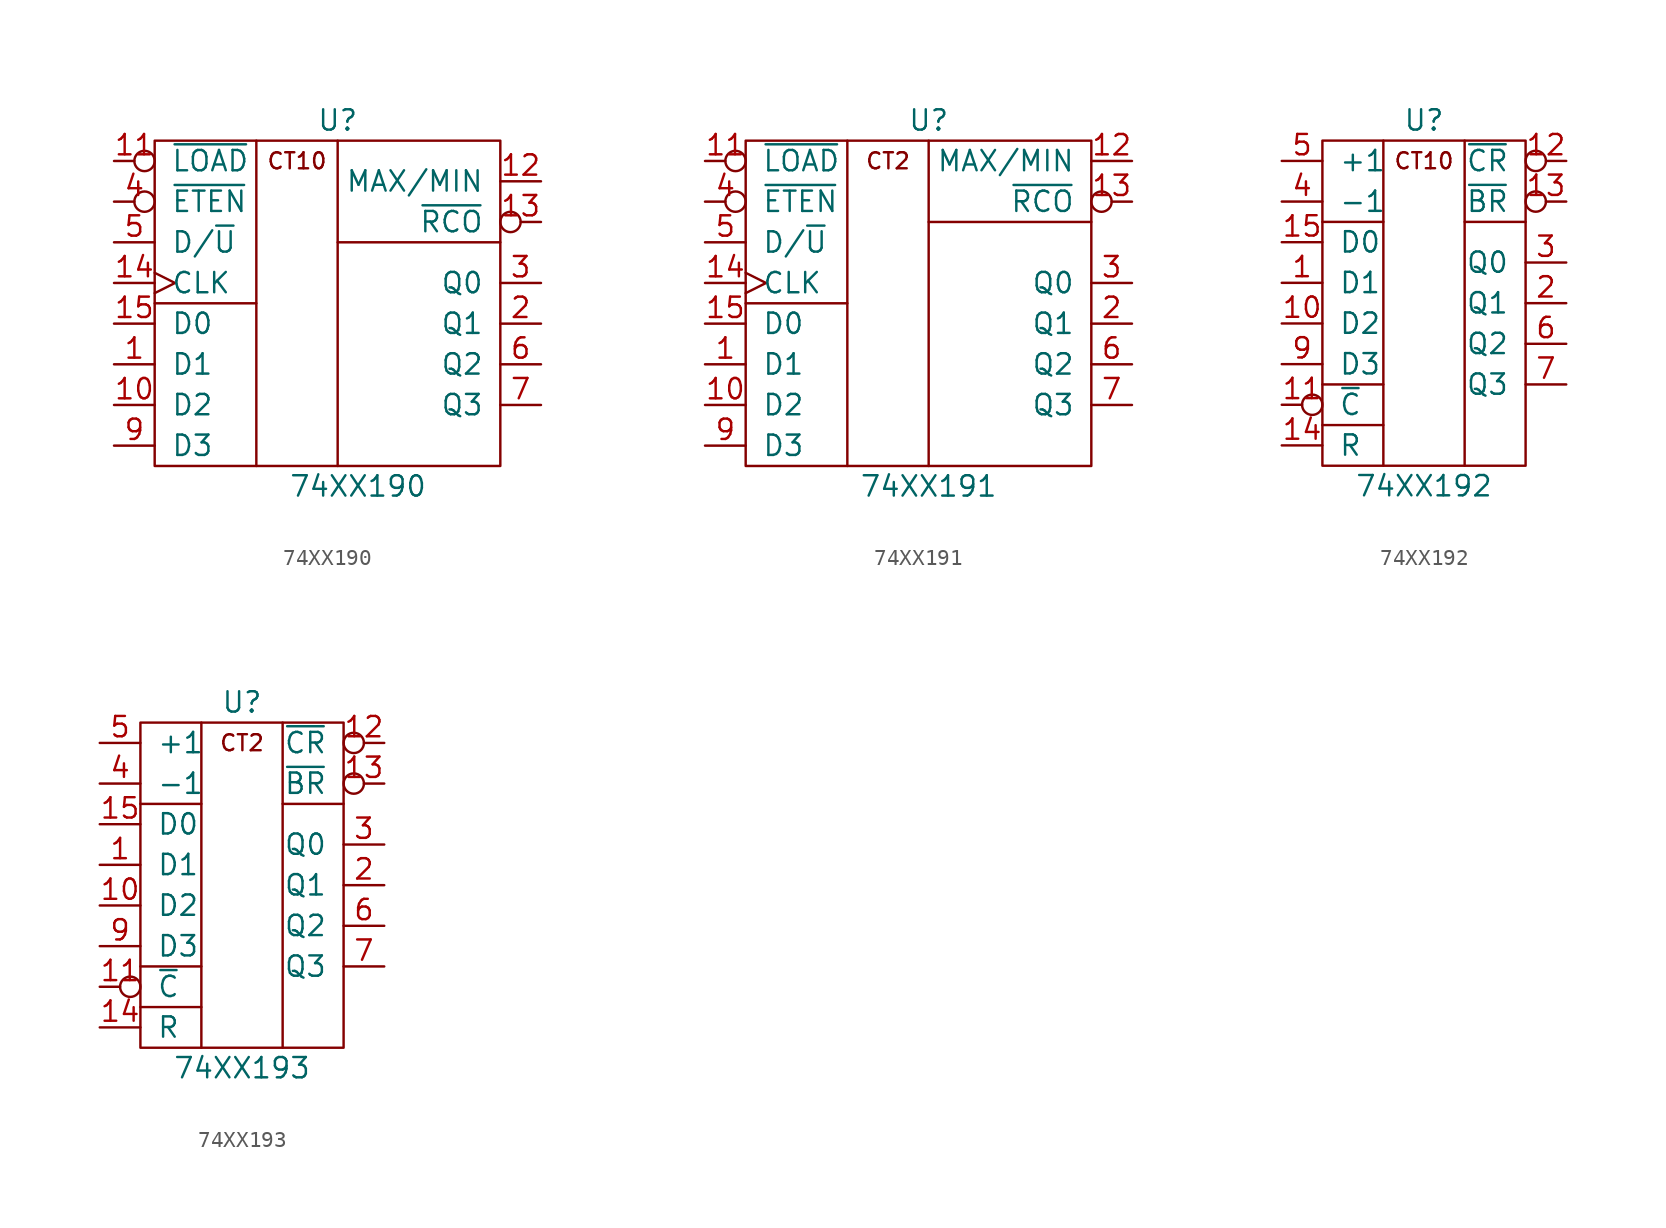
<source format=kicad_sym>
(kicad_symbol_lib
  (version 20211014)
  (generator kicad_symbol_editor)
  (symbol "74XX190"
    (pin_names
      (offset 1.016))
    (property "Reference" "U"
      (at 0 11.43 0)
      (effects (font (size 1.27 1.27))))
    (property "Value" "74XX190"
      (at 1.27 -11.43 0)
      (effects (font (size 1.27 1.27))))
    (symbol "74XX190_0_0"
      (polyline (pts (xy -11.43 0) (xy -5.08 0)) (stroke (width 0) (type default) (color 0 0 0 0)) (fill (type none)))
      (polyline (pts (xy 10.16 3.81) (xy 0 3.81)) (stroke (width 0) (type default) (color 0 0 0 0)) (fill (type none)))
      (text "CT10" (at -2.54 8.89 0) (effects (font (size 1 1)))))
    (symbol "74XX190_0_1"
      (rectangle (start -11.43 -10.16) (end 10.16 10.16) (stroke (width 0) (type default) (color 0 0 0 0)) (fill (type none)))
      (polyline (pts (xy -5.08 10.16) (xy -5.08 -10.16)) (stroke (width 0) (type default) (color 0 0 0 0)) (fill (type none)))
      (polyline (pts (xy 0 10.16) (xy 0 -10.16)) (stroke (width 0) (type default) (color 0 0 0 0)) (fill (type none)))
      (pin power_in line (at 10.16 10.16 180) (length 0) hide (name "VCC" (effects (font (size 1.27 1.27)))) (number "16" (effects (font (size 1.27 1.27)))))
      (pin power_in line (at 10.16 -10.16 180) (length 0) hide (name "GND" (effects (font (size 1.27 1.27)))) (number "8" (effects (font (size 1.27 1.27))))))
    (symbol "74XX190_1_1"
      (pin input line (at -13.97 -3.81 0) (length 2.54) (name "D1" (effects (font (size 1.27 1.27)))) (number "1" (effects (font (size 1.27 1.27)))))
      (pin input line (at -13.97 -6.35 0) (length 2.54) (name "D2" (effects (font (size 1.27 1.27)))) (number "10" (effects (font (size 1.27 1.27)))))
      (pin input inverted (at -13.97 8.89 0) (length 2.54) (name "~{LOAD}" (effects (font (size 1.27 1.27)))) (number "11" (effects (font (size 1.27 1.27)))))
      (pin output line (at 12.7 7.62 180) (length 2.54) (name "MAX/MIN" (effects (font (size 1.27 1.27)))) (number "12" (effects (font (size 1.27 1.27)))))
      (pin output inverted (at 12.7 5.08 180) (length 2.54) (name "~{RCO}" (effects (font (size 1.27 1.27)))) (number "13" (effects (font (size 1.27 1.27)))))
      (pin input clock (at -13.97 1.27 0) (length 2.54) (name "CLK" (effects (font (size 1.27 1.27)))) (number "14" (effects (font (size 1.27 1.27)))))
      (pin input line (at -13.97 -1.27 0) (length 2.54) (name "D0" (effects (font (size 1.27 1.27)))) (number "15" (effects (font (size 1.27 1.27)))))
      (pin output line (at 12.7 -1.27 180) (length 2.54) (name "Q1" (effects (font (size 1.27 1.27)))) (number "2" (effects (font (size 1.27 1.27)))))
      (pin output line (at 12.7 1.27 180) (length 2.54) (name "Q0" (effects (font (size 1.27 1.27)))) (number "3" (effects (font (size 1.27 1.27)))))
      (pin input inverted (at -13.97 6.35 0) (length 2.54) (name "~{ETEN}" (effects (font (size 1.27 1.27)))) (number "4" (effects (font (size 1.27 1.27)))))
      (pin input line (at -13.97 3.81 0) (length 2.54) (name "D/~{U}" (effects (font (size 1.27 1.27)))) (number "5" (effects (font (size 1.27 1.27)))))
      (pin output line (at 12.7 -3.81 180) (length 2.54) (name "Q2" (effects (font (size 1.27 1.27)))) (number "6" (effects (font (size 1.27 1.27)))))
      (pin output line (at 12.7 -6.35 180) (length 2.54) (name "Q3" (effects (font (size 1.27 1.27)))) (number "7" (effects (font (size 1.27 1.27)))))
      (pin input line (at -13.97 -8.89 0) (length 2.54) (name "D3" (effects (font (size 1.27 1.27)))) (number "9" (effects (font (size 1.27 1.27)))))))
  (symbol "74XX191"
    (pin_names
      (offset 1.016))
    (property "Reference" "U"
      (at 0 11.43 0)
      (effects (font (size 1.27 1.27))))
    (property "Value" "74XX191"
      (at 0 -11.43 0)
      (effects (font (size 1.27 1.27))))
    (symbol "74XX191_1_1"
      (rectangle (start -11.43 -10.16) (end 10.16 10.16) (stroke (width 0) (type default) (color 0 0 0 0)) (fill (type none)))
      (polyline (pts (xy -11.43 0) (xy -5.08 0)) (stroke (width 0) (type default) (color 0 0 0 0)) (fill (type none)))
      (polyline (pts (xy -5.08 10.16) (xy -5.08 -10.16)) (stroke (width 0) (type default) (color 0 0 0 0)) (fill (type none)))
      (polyline (pts (xy 0 10.16) (xy 0 -10.16)) (stroke (width 0) (type default) (color 0 0 0 0)) (fill (type none)))
      (polyline (pts (xy 10.16 5.08) (xy 0 5.08)) (stroke (width 0) (type default) (color 0 0 0 0)) (fill (type none)))
      (text "CT2" (at -2.54 8.89 0) (effects (font (size 1 1))))
      (pin input line (at -13.97 -3.81 0) (length 2.54) (name "D1" (effects (font (size 1.27 1.27)))) (number "1" (effects (font (size 1.27 1.27)))))
      (pin input line (at -13.97 -6.35 0) (length 2.54) (name "D2" (effects (font (size 1.27 1.27)))) (number "10" (effects (font (size 1.27 1.27)))))
      (pin input inverted (at -13.97 8.89 0) (length 2.54) (name "~{LOAD}" (effects (font (size 1.27 1.27)))) (number "11" (effects (font (size 1.27 1.27)))))
      (pin output line (at 12.7 8.89 180) (length 2.54) (name "MAX/MIN" (effects (font (size 1.27 1.27)))) (number "12" (effects (font (size 1.27 1.27)))))
      (pin output inverted (at 12.7 6.35 180) (length 2.54) (name "~{RCO}" (effects (font (size 1.27 1.27)))) (number "13" (effects (font (size 1.27 1.27)))))
      (pin input clock (at -13.97 1.27 0) (length 2.54) (name "CLK" (effects (font (size 1.27 1.27)))) (number "14" (effects (font (size 1.27 1.27)))))
      (pin input line (at -13.97 -1.27 0) (length 2.54) (name "D0" (effects (font (size 1.27 1.27)))) (number "15" (effects (font (size 1.27 1.27)))))
      (pin power_in line (at 10.16 10.16 180) (length 0) hide (name "VCC" (effects (font (size 1.27 1.27)))) (number "16" (effects (font (size 1.27 1.27)))))
      (pin output line (at 12.7 -1.27 180) (length 2.54) (name "Q1" (effects (font (size 1.27 1.27)))) (number "2" (effects (font (size 1.27 1.27)))))
      (pin output line (at 12.7 1.27 180) (length 2.54) (name "Q0" (effects (font (size 1.27 1.27)))) (number "3" (effects (font (size 1.27 1.27)))))
      (pin input inverted (at -13.97 6.35 0) (length 2.54) (name "~{ETEN}" (effects (font (size 1.27 1.27)))) (number "4" (effects (font (size 1.27 1.27)))))
      (pin input line (at -13.97 3.81 0) (length 2.54) (name "D/~{U}" (effects (font (size 1.27 1.27)))) (number "5" (effects (font (size 1.27 1.27)))))
      (pin output line (at 12.7 -3.81 180) (length 2.54) (name "Q2" (effects (font (size 1.27 1.27)))) (number "6" (effects (font (size 1.27 1.27)))))
      (pin output line (at 12.7 -6.35 180) (length 2.54) (name "Q3" (effects (font (size 1.27 1.27)))) (number "7" (effects (font (size 1.27 1.27)))))
      (pin power_in line (at 10.16 -10.16 180) (length 0) hide (name "GND" (effects (font (size 1.27 1.27)))) (number "8" (effects (font (size 1.27 1.27)))))
      (pin input line (at -13.97 -8.89 0) (length 2.54) (name "D3" (effects (font (size 1.27 1.27)))) (number "9" (effects (font (size 1.27 1.27)))))))
  (symbol "74XX192"
    (pin_names
      (offset 1.016))
    (property "Reference" "U"
      (at 0 11.43 0)
      (effects (font (size 1.27 1.27))))
    (property "Value" "74XX192"
      (at 0 -11.43 0)
      (effects (font (size 1.27 1.27))))
    (symbol "74XX192_0_0"
      (text "CT10" (at 0 8.89 0) (effects (font (size 1 1)))))
    (symbol "74XX192_0_1"
      (rectangle (start -6.35 -10.16) (end 6.35 10.16) (stroke (width 0) (type default) (color 0 0 0 0)) (fill (type none)))
      (polyline (pts (xy -6.35 -7.62) (xy -2.54 -7.62)) (stroke (width 0) (type default) (color 0 0 0 0)) (fill (type none)))
      (polyline (pts (xy -6.35 -5.08) (xy -2.54 -5.08)) (stroke (width 0) (type default) (color 0 0 0 0)) (fill (type none)))
      (polyline (pts (xy -6.35 5.08) (xy -2.54 5.08)) (stroke (width 0) (type default) (color 0 0 0 0)) (fill (type none)))
      (polyline (pts (xy 2.54 -10.16) (xy 2.54 10.16)) (stroke (width 0) (type default) (color 0 0 0 0)) (fill (type none)))
      (polyline (pts (xy 2.54 5.08) (xy 6.35 5.08)) (stroke (width 0) (type default) (color 0 0 0 0)) (fill (type none)))
      (polyline (pts (xy -2.54 10.16) (xy -2.54 -8.89) (xy -2.54 -10.16)) (stroke (width 0) (type default) (color 0 0 0 0)) (fill (type none)))
      (pin power_in line (at 6.35 10.16 180) (length 0) hide (name "VCC" (effects (font (size 1.27 1.27)))) (number "16" (effects (font (size 1.27 1.27)))))
      (pin power_in line (at 6.35 -10.16 180) (length 0) hide (name "GND" (effects (font (size 1.27 1.27)))) (number "8" (effects (font (size 1.27 1.27))))))
    (symbol "74XX192_1_1"
      (pin input line (at -8.89 1.27 0) (length 2.54) (name "D1" (effects (font (size 1.27 1.27)))) (number "1" (effects (font (size 1.27 1.27)))))
      (pin input line (at -8.89 -1.27 0) (length 2.54) (name "D2" (effects (font (size 1.27 1.27)))) (number "10" (effects (font (size 1.27 1.27)))))
      (pin input inverted (at -8.89 -6.35 0) (length 2.54) (name "~{C}" (effects (font (size 1.27 1.27)))) (number "11" (effects (font (size 1.27 1.27)))))
      (pin output inverted (at 8.89 8.89 180) (length 2.54) (name "~{CR}" (effects (font (size 1.27 1.27)))) (number "12" (effects (font (size 1.27 1.27)))))
      (pin output inverted (at 8.89 6.35 180) (length 2.54) (name "~{BR}" (effects (font (size 1.27 1.27)))) (number "13" (effects (font (size 1.27 1.27)))))
      (pin input line (at -8.89 -8.89 0) (length 2.54) (name "R" (effects (font (size 1.27 1.27)))) (number "14" (effects (font (size 1.27 1.27)))))
      (pin input line (at -8.89 3.81 0) (length 2.54) (name "D0" (effects (font (size 1.27 1.27)))) (number "15" (effects (font (size 1.27 1.27)))))
      (pin output line (at 8.89 0 180) (length 2.54) (name "Q1" (effects (font (size 1.27 1.27)))) (number "2" (effects (font (size 1.27 1.27)))))
      (pin output line (at 8.89 2.54 180) (length 2.54) (name "Q0" (effects (font (size 1.27 1.27)))) (number "3" (effects (font (size 1.27 1.27)))))
      (pin input line (at -8.89 6.35 0) (length 2.54) (name "-1" (effects (font (size 1.27 1.27)))) (number "4" (effects (font (size 1.27 1.27)))))
      (pin input line (at -8.89 8.89 0) (length 2.54) (name "+1" (effects (font (size 1.27 1.27)))) (number "5" (effects (font (size 1.27 1.27)))))
      (pin output line (at 8.89 -2.54 180) (length 2.54) (name "Q2" (effects (font (size 1.27 1.27)))) (number "6" (effects (font (size 1.27 1.27)))))
      (pin output line (at 8.89 -5.08 180) (length 2.54) (name "Q3" (effects (font (size 1.27 1.27)))) (number "7" (effects (font (size 1.27 1.27)))))
      (pin input line (at -8.89 -3.81 0) (length 2.54) (name "D3" (effects (font (size 1.27 1.27)))) (number "9" (effects (font (size 1.27 1.27)))))))
  (symbol "74XX193"
    (pin_names
      (offset 1.016))
    (property "Reference" "U"
      (at 0 11.43 0)
      (effects (font (size 1.27 1.27))))
    (property "Value" "74XX193"
      (at 0 -11.43 0)
      (effects (font (size 1.27 1.27))))
    (symbol "74XX193_1_1"
      (rectangle (start -6.35 -10.16) (end 6.35 10.16) (stroke (width 0) (type default) (color 0 0 0 0)) (fill (type none)))
      (polyline (pts (xy -6.35 -7.62) (xy -2.54 -7.62)) (stroke (width 0) (type default) (color 0 0 0 0)) (fill (type none)))
      (polyline (pts (xy -6.35 -5.08) (xy -2.54 -5.08)) (stroke (width 0) (type default) (color 0 0 0 0)) (fill (type none)))
      (polyline (pts (xy -6.35 5.08) (xy -2.54 5.08)) (stroke (width 0) (type default) (color 0 0 0 0)) (fill (type none)))
      (polyline (pts (xy 2.54 -10.16) (xy 2.54 10.16)) (stroke (width 0) (type default) (color 0 0 0 0)) (fill (type none)))
      (polyline (pts (xy 2.54 5.08) (xy 6.35 5.08)) (stroke (width 0) (type default) (color 0 0 0 0)) (fill (type none)))
      (polyline (pts (xy -2.54 10.16) (xy -2.54 -8.89) (xy -2.54 -10.16)) (stroke (width 0) (type default) (color 0 0 0 0)) (fill (type none)))
      (text "CT2" (at 0 8.89 0) (effects (font (size 1 1))))
      (pin input line (at -8.89 1.27 0) (length 2.54) (name "D1" (effects (font (size 1.27 1.27)))) (number "1" (effects (font (size 1.27 1.27)))))
      (pin input line (at -8.89 -1.27 0) (length 2.54) (name "D2" (effects (font (size 1.27 1.27)))) (number "10" (effects (font (size 1.27 1.27)))))
      (pin input inverted (at -8.89 -6.35 0) (length 2.54) (name "~{C}" (effects (font (size 1.27 1.27)))) (number "11" (effects (font (size 1.27 1.27)))))
      (pin output inverted (at 8.89 8.89 180) (length 2.54) (name "~{CR}" (effects (font (size 1.27 1.27)))) (number "12" (effects (font (size 1.27 1.27)))))
      (pin output inverted (at 8.89 6.35 180) (length 2.54) (name "~{BR}" (effects (font (size 1.27 1.27)))) (number "13" (effects (font (size 1.27 1.27)))))
      (pin input line (at -8.89 -8.89 0) (length 2.54) (name "R" (effects (font (size 1.27 1.27)))) (number "14" (effects (font (size 1.27 1.27)))))
      (pin input line (at -8.89 3.81 0) (length 2.54) (name "D0" (effects (font (size 1.27 1.27)))) (number "15" (effects (font (size 1.27 1.27)))))
      (pin power_in line (at 6.35 10.16 180) (length 0) hide (name "VCC" (effects (font (size 1.27 1.27)))) (number "16" (effects (font (size 1.27 1.27)))))
      (pin output line (at 8.89 0 180) (length 2.54) (name "Q1" (effects (font (size 1.27 1.27)))) (number "2" (effects (font (size 1.27 1.27)))))
      (pin output line (at 8.89 2.54 180) (length 2.54) (name "Q0" (effects (font (size 1.27 1.27)))) (number "3" (effects (font (size 1.27 1.27)))))
      (pin input line (at -8.89 6.35 0) (length 2.54) (name "-1" (effects (font (size 1.27 1.27)))) (number "4" (effects (font (size 1.27 1.27)))))
      (pin input line (at -8.89 8.89 0) (length 2.54) (name "+1" (effects (font (size 1.27 1.27)))) (number "5" (effects (font (size 1.27 1.27)))))
      (pin output line (at 8.89 -2.54 180) (length 2.54) (name "Q2" (effects (font (size 1.27 1.27)))) (number "6" (effects (font (size 1.27 1.27)))))
      (pin output line (at 8.89 -5.08 180) (length 2.54) (name "Q3" (effects (font (size 1.27 1.27)))) (number "7" (effects (font (size 1.27 1.27)))))
      (pin power_in line (at 6.35 -10.16 180) (length 0) hide (name "GND" (effects (font (size 1.27 1.27)))) (number "8" (effects (font (size 1.27 1.27)))))
      (pin input line (at -8.89 -3.81 0) (length 2.54) (name "D3" (effects (font (size 1.27 1.27)))) (number "9" (effects (font (size 1.27 1.27))))))))
</source>
